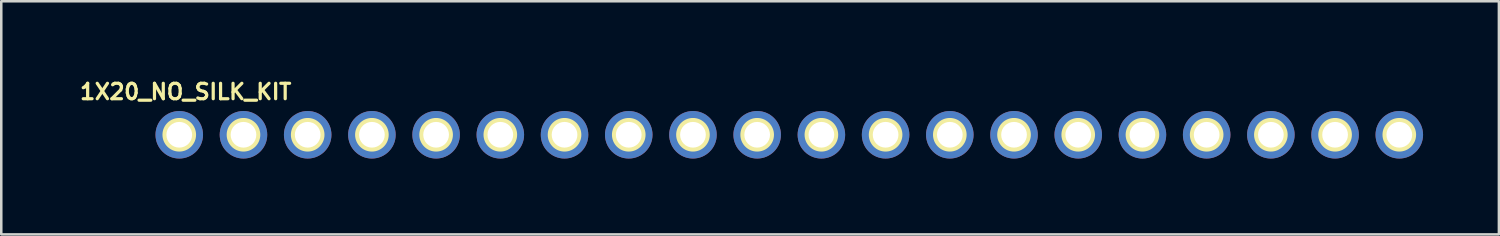
<source format=kicad_pcb>
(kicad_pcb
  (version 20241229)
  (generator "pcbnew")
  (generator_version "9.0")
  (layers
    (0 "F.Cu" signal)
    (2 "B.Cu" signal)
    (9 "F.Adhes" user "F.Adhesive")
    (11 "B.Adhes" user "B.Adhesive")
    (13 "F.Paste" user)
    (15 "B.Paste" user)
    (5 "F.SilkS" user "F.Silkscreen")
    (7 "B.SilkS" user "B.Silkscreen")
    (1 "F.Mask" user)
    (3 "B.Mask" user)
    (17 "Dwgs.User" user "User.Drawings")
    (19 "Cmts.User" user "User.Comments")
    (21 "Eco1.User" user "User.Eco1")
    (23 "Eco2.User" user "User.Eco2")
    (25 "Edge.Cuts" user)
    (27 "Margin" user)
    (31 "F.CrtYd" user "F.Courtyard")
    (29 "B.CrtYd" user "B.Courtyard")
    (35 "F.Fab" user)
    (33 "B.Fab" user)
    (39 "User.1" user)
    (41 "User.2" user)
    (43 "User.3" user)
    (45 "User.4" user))
  (footprint "1X20_NO_SILK_KIT"
    (layer "F.Cu")
    (at 4.041 2.281)
    (property "Reference" "1X20_NO_SILK_KIT" (at 0.254 -1.702 0) (layer "F.SilkS") (effects (font (size 0.61 0.61) (thickness 0.127))))
    (attr exclude_from_pos_files exclude_from_bom)
    (fp_circle (center 0 0) (end -0.47 0.47) (stroke (width 0) (type solid)) (fill yes) (layer "F.SilkS"))
    (fp_circle (center 0 0) (end -0.254 0.254) (stroke (width 0) (type solid)) (fill yes) (layer "F.SilkS"))
    (fp_circle (center 2.54 0) (end 2.794 0.254) (stroke (width 0) (type solid)) (fill yes) (layer "F.SilkS"))
    (fp_circle (center 2.54 0) (end 3.01 0.47) (stroke (width 0) (type solid)) (fill yes) (layer "F.SilkS"))
    (fp_circle (center 5.08 0) (end 5.334 0.254) (stroke (width 0) (type solid)) (fill yes) (layer "F.SilkS"))
    (fp_circle (center 5.08 0) (end 5.55 0.47) (stroke (width 0) (type solid)) (fill yes) (layer "F.SilkS"))
    (fp_circle (center 7.62 0) (end 7.874 0.254) (stroke (width 0) (type solid)) (fill yes) (layer "F.SilkS"))
    (fp_circle (center 7.62 0) (end 8.09 0.47) (stroke (width 0) (type solid)) (fill yes) (layer "F.SilkS"))
    (fp_circle (center 10.16 0) (end 10.414 0.254) (stroke (width 0) (type solid)) (fill yes) (layer "F.SilkS"))
    (fp_circle (center 10.16 0) (end 10.63 0.47) (stroke (width 0) (type solid)) (fill yes) (layer "F.SilkS"))
    (fp_circle (center 12.7 0) (end 12.954 0.254) (stroke (width 0) (type solid)) (fill yes) (layer "F.SilkS"))
    (fp_circle (center 12.7 0) (end 13.17 0.47) (stroke (width 0) (type solid)) (fill yes) (layer "F.SilkS"))
    (fp_circle (center 15.24 0) (end 15.494 0.254) (stroke (width 0) (type solid)) (fill yes) (layer "F.SilkS"))
    (fp_circle (center 15.24 0) (end 15.71 0.47) (stroke (width 0) (type solid)) (fill yes) (layer "F.SilkS"))
    (fp_circle (center 17.78 0) (end 18.034 0.254) (stroke (width 0) (type solid)) (fill yes) (layer "F.SilkS"))
    (fp_circle (center 17.78 0) (end 18.25 0.47) (stroke (width 0) (type solid)) (fill yes) (layer "F.SilkS"))
    (fp_circle (center 20.32 0) (end 20.574 0.254) (stroke (width 0) (type solid)) (fill yes) (layer "F.SilkS"))
    (fp_circle (center 20.32 0) (end 20.79 0.47) (stroke (width 0) (type solid)) (fill yes) (layer "F.SilkS"))
    (fp_circle (center 22.86 0) (end 23.114 0.254) (stroke (width 0) (type solid)) (fill yes) (layer "F.SilkS"))
    (fp_circle (center 22.86 0) (end 23.33 0.47) (stroke (width 0) (type solid)) (fill yes) (layer "F.SilkS"))
    (fp_circle (center 25.4 0) (end 25.654 0.254) (stroke (width 0) (type solid)) (fill yes) (layer "F.SilkS"))
    (fp_circle (center 25.4 0) (end 25.87 0.47) (stroke (width 0) (type solid)) (fill yes) (layer "F.SilkS"))
    (fp_circle (center 27.94 0) (end 28.194 0.254) (stroke (width 0) (type solid)) (fill yes) (layer "F.SilkS"))
    (fp_circle (center 27.94 0) (end 28.41 0.47) (stroke (width 0) (type solid)) (fill yes) (layer "F.SilkS"))
    (fp_circle (center 30.48 0) (end 30.734 0.254) (stroke (width 0) (type solid)) (fill yes) (layer "F.SilkS"))
    (fp_circle (center 30.48 0) (end 30.95 0.47) (stroke (width 0) (type solid)) (fill yes) (layer "F.SilkS"))
    (fp_circle (center 33.02 0) (end 33.274 0.254) (stroke (width 0) (type solid)) (fill yes) (layer "F.SilkS"))
    (fp_circle (center 33.02 0) (end 33.49 0.47) (stroke (width 0) (type solid)) (fill yes) (layer "F.SilkS"))
    (fp_circle (center 35.56 0) (end 35.814 0.254) (stroke (width 0) (type solid)) (fill yes) (layer "F.SilkS"))
    (fp_circle (center 35.56 0) (end 36.03 0.47) (stroke (width 0) (type solid)) (fill yes) (layer "F.SilkS"))
    (fp_circle (center 38.1 0) (end 38.354 0.254) (stroke (width 0) (type solid)) (fill yes) (layer "F.SilkS"))
    (fp_circle (center 38.1 0) (end 38.57 0.47) (stroke (width 0) (type solid)) (fill yes) (layer "F.SilkS"))
    (fp_circle (center 40.64 0) (end 40.894 0.254) (stroke (width 0) (type solid)) (fill yes) (layer "F.SilkS"))
    (fp_circle (center 40.64 0) (end 41.11 0.47) (stroke (width 0) (type solid)) (fill yes) (layer "F.SilkS"))
    (fp_circle (center 43.18 0) (end 43.434 0.254) (stroke (width 0) (type solid)) (fill yes) (layer "F.SilkS"))
    (fp_circle (center 43.18 0) (end 43.65 0.47) (stroke (width 0) (type solid)) (fill yes) (layer "F.SilkS"))
    (fp_circle (center 45.72 0) (end 45.974 0.254) (stroke (width 0) (type solid)) (fill yes) (layer "F.SilkS"))
    (fp_circle (center 45.72 0) (end 46.19 0.47) (stroke (width 0) (type solid)) (fill yes) (layer "F.SilkS"))
    (fp_circle (center 48.26 0) (end 48.514 0.254) (stroke (width 0) (type solid)) (fill yes) (layer "F.SilkS"))
    (fp_circle (center 48.26 0) (end 48.73 0.47) (stroke (width 0) (type solid)) (fill yes) (layer "F.SilkS"))
    (pad "1" thru_hole circle (at 0 0) (size 1.88 1.88) (drill 1.016) (layers "*.Cu" "*.Paste" "*.Mask"))
    (pad "2" thru_hole circle (at 2.54 0) (size 1.88 1.88) (drill 1.016) (layers "*.Cu" "*.Paste" "*.Mask"))
    (pad "3" thru_hole circle (at 5.08 0) (size 1.88 1.88) (drill 1.016) (layers "*.Cu" "*.Paste" "*.Mask"))
    (pad "4" thru_hole circle (at 7.62 0) (size 1.88 1.88) (drill 1.016) (layers "*.Cu" "*.Paste" "*.Mask"))
    (pad "5" thru_hole circle (at 10.16 0) (size 1.88 1.88) (drill 1.016) (layers "*.Cu" "*.Paste" "*.Mask"))
    (pad "6" thru_hole circle (at 12.7 0) (size 1.88 1.88) (drill 1.016) (layers "*.Cu" "*.Paste" "*.Mask"))
    (pad "7" thru_hole circle (at 15.24 0) (size 1.88 1.88) (drill 1.016) (layers "*.Cu" "*.Paste" "*.Mask"))
    (pad "8" thru_hole circle (at 17.78 0) (size 1.88 1.88) (drill 1.016) (layers "*.Cu" "*.Paste" "*.Mask"))
    (pad "9" thru_hole circle (at 20.32 0) (size 1.88 1.88) (drill 1.016) (layers "*.Cu" "*.Paste" "*.Mask"))
    (pad "10" thru_hole circle (at 22.86 0) (size 1.88 1.88) (drill 1.016) (layers "*.Cu" "*.Paste" "*.Mask"))
    (pad "11" thru_hole circle (at 25.4 0) (size 1.88 1.88) (drill 1.016) (layers "*.Cu" "*.Paste" "*.Mask"))
    (pad "12" thru_hole circle (at 27.94 0) (size 1.88 1.88) (drill 1.016) (layers "*.Cu" "*.Paste" "*.Mask"))
    (pad "13" thru_hole circle (at 30.48 0) (size 1.88 1.88) (drill 1.016) (layers "*.Cu" "*.Paste" "*.Mask"))
    (pad "14" thru_hole circle (at 33.02 0) (size 1.88 1.88) (drill 1.016) (layers "*.Cu" "*.Paste" "*.Mask"))
    (pad "15" thru_hole circle (at 35.56 0) (size 1.88 1.88) (drill 1.016) (layers "*.Cu" "*.Paste" "*.Mask"))
    (pad "16" thru_hole circle (at 38.1 0) (size 1.88 1.88) (drill 1.016) (layers "*.Cu" "*.Paste" "*.Mask"))
    (pad "17" thru_hole circle (at 40.64 0) (size 1.88 1.88) (drill 1.016) (layers "*.Cu" "*.Paste" "*.Mask"))
    (pad "18" thru_hole circle (at 43.18 0) (size 1.88 1.88) (drill 1.016) (layers "*.Cu" "*.Paste" "*.Mask"))
    (pad "19" thru_hole circle (at 45.72 0) (size 1.88 1.88) (drill 1.016) (layers "*.Cu" "*.Paste" "*.Mask"))
    (pad "20" thru_hole circle (at 48.26 0) (size 1.88 1.88) (drill 1.016) (layers "*.Cu" "*.Paste" "*.Mask")))
  (gr_rect
    (start -3 -3)
    (end 56.241 6.221)
    (stroke (width 0.1) (type default))
    (fill no)
    (layer "Edge.Cuts")))
</source>
